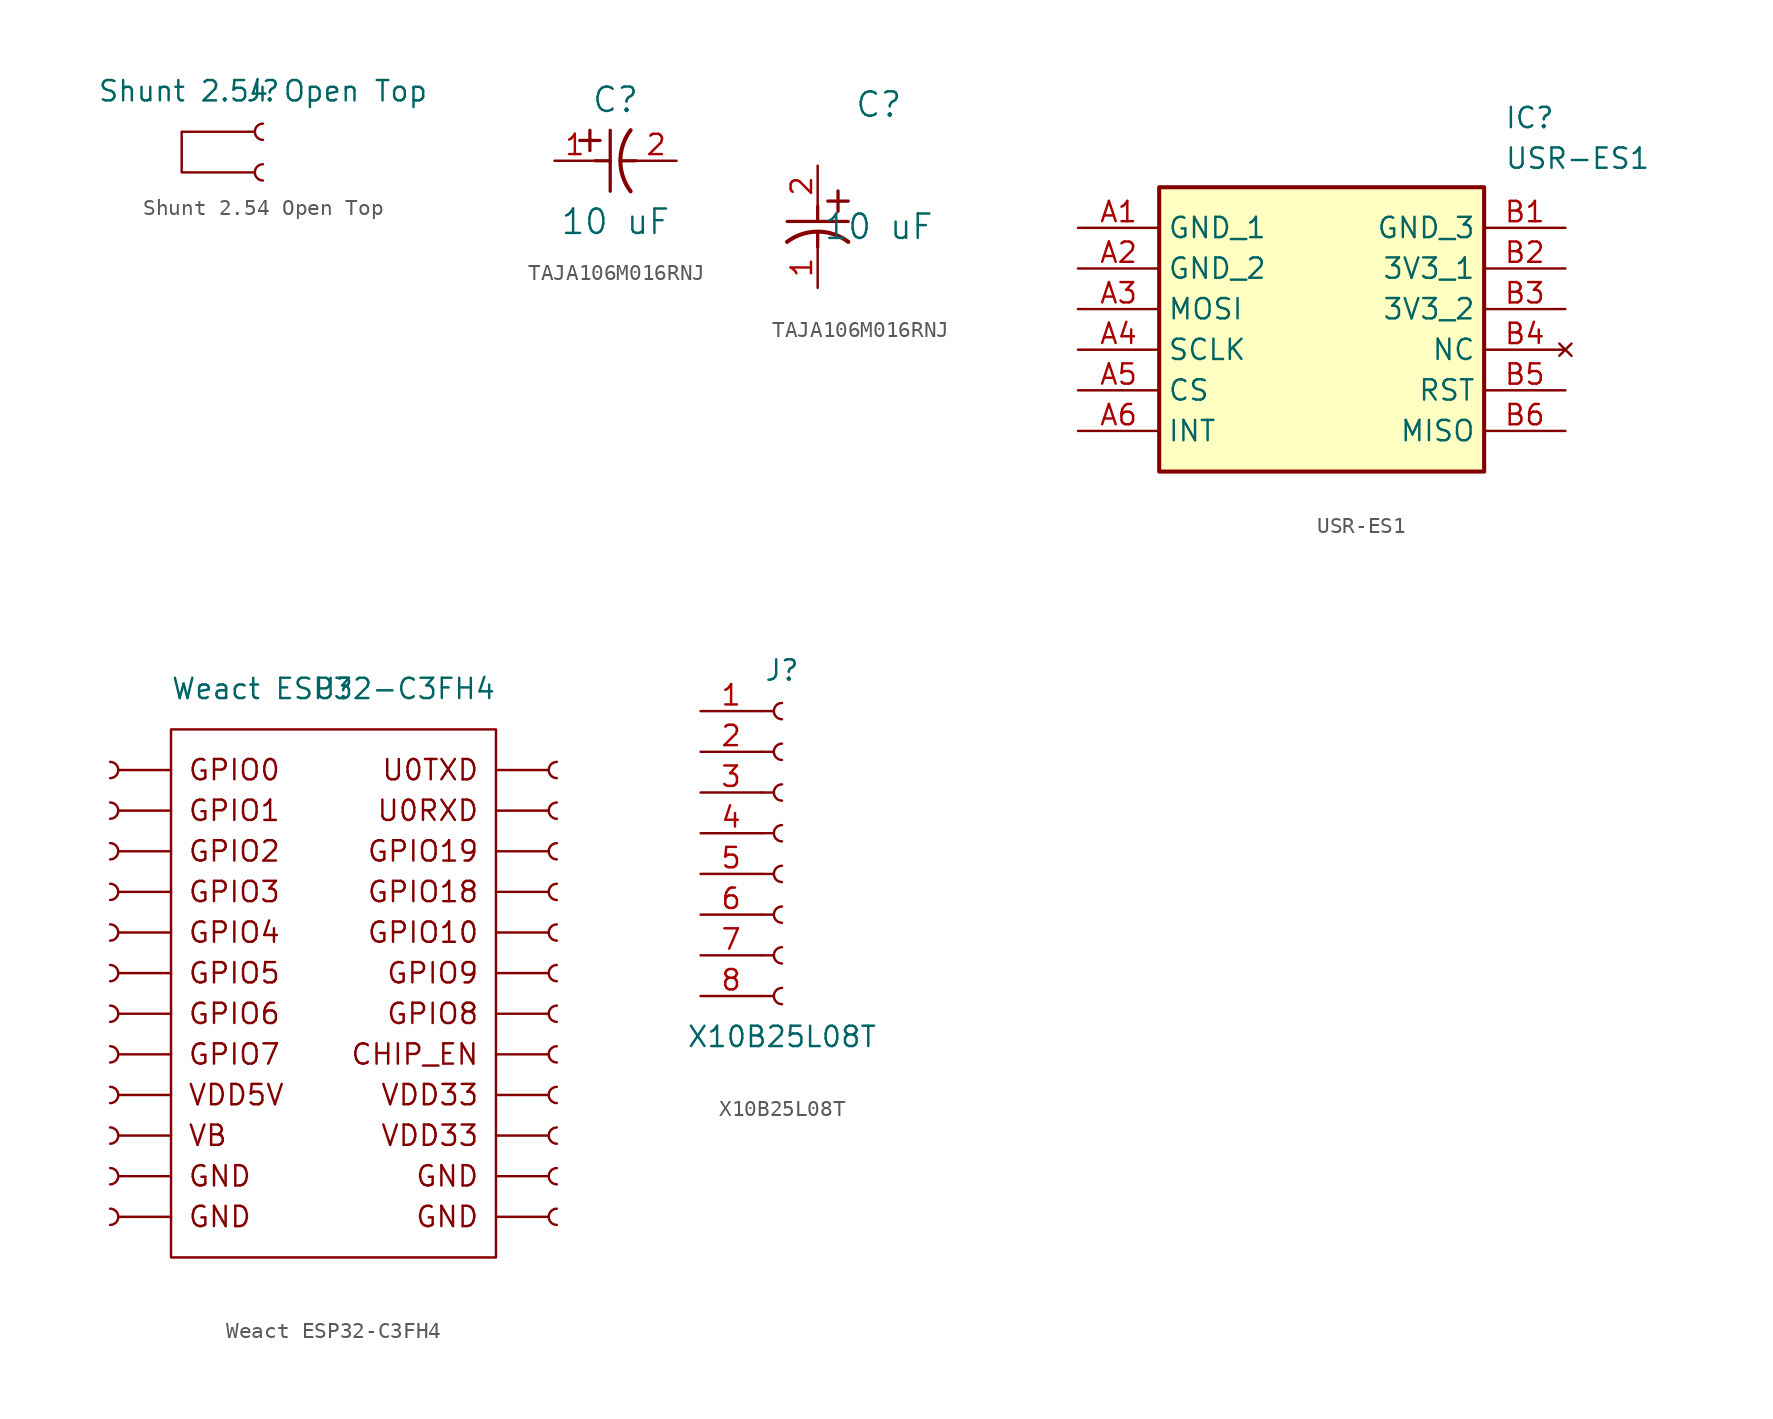
<source format=kicad_sym>
(kicad_symbol_lib
  (version 20231120)
  (generator "kicad_symbol_editor")
  (generator_version "8.0")
  (symbol "Shunt 2.54 Open Top"
    (property "Reference" "J"
      (at 0 0 0)
      (effects (font (size 1.27 1.27))))
    (property "Value" "Shunt 2.54 Open Top"
      (at 0 0 0)
      (effects (font (size 1.27 1.27))))
    (symbol "Shunt 2.54 Open Top_0_1"
      (polyline (pts (xy -0.508 -2.54) (xy -5.08 -2.54) (xy -5.08 -5.08) (xy -0.508 -5.08)) (stroke (width 0) (type default)) (fill (type none))))
    (symbol "Shunt 2.54 Open Top_1_1"
      (arc (start -0.0022 -4.572) (mid -0.508 -5.08) (end -0.0022 -5.588) (stroke (width 0.1524) (type default)) (fill (type none)))
      (arc (start 0 -2.032) (mid -0.5058 -2.54) (end 0 -3.048) (stroke (width 0.1524) (type default)) (fill (type none)))))
  (symbol "TAJA106M016RNJ"
    (pin_names
      (offset 0.254))
    (property "Reference" "C"
      (at 3.81 3.81 0)
      (effects (font (size 1.524 1.524))))
    (property "Value" "10 uF"
      (at 3.81 -3.81 0)
      (effects (font (size 1.524 1.524))))
    (symbol "TAJA106M016RNJ_1_1"
      (polyline (pts (xy 1.575 1.27) (xy 2.845 1.27)) (stroke (width 0.203) (type default)) (fill (type none)))
      (polyline (pts (xy 2.21 0.635) (xy 2.21 1.905)) (stroke (width 0.203) (type default)) (fill (type none)))
      (polyline (pts (xy 2.54 0) (xy 3.48 0)) (stroke (width 0.203) (type default)) (fill (type none)))
      (polyline (pts (xy 3.48 -1.905) (xy 3.48 1.905)) (stroke (width 0.203) (type default)) (fill (type none)))
      (polyline (pts (xy 4.115 0) (xy 5.08 0)) (stroke (width 0.203) (type default)) (fill (type none)))
      (arc (start 4.7541 1.9108) (mid 4.1148 0) (end 4.7541 -1.9108) (stroke (width 0.254) (type default)) (fill (type none)))
      (pin unspecified line (at 0 0 0) (length 2.54) (name "" (effects (font (size 1.27 1.27)))) (number "1" (effects (font (size 1.27 1.27)))))
      (pin unspecified line (at 7.62 0 180) (length 2.54) (name "" (effects (font (size 1.27 1.27)))) (number "2" (effects (font (size 1.27 1.27))))))
    (symbol "TAJA106M016RNJ_1_2"
      (polyline (pts (xy -1.905 -3.48) (xy 1.905 -3.48)) (stroke (width 0.203) (type default)) (fill (type none)))
      (polyline (pts (xy 0 -4.115) (xy 0 -5.08)) (stroke (width 0.203) (type default)) (fill (type none)))
      (polyline (pts (xy 0 -2.54) (xy 0 -3.48)) (stroke (width 0.203) (type default)) (fill (type none)))
      (polyline (pts (xy 0.635 -2.21) (xy 1.905 -2.21)) (stroke (width 0.203) (type default)) (fill (type none)))
      (polyline (pts (xy 1.27 -1.575) (xy 1.27 -2.845)) (stroke (width 0.203) (type default)) (fill (type none)))
      (arc (start 1.9108 -4.7541) (mid 0 -4.1148) (end -1.9108 -4.7541) (stroke (width 0.254) (type default)) (fill (type none)))
      (pin unspecified line (at 0 -7.62 90) (length 2.54) (name "" (effects (font (size 1.27 1.27)))) (number "1" (effects (font (size 1.27 1.27)))))
      (pin unspecified line (at 0 0 270) (length 2.54) (name "" (effects (font (size 1.27 1.27)))) (number "2" (effects (font (size 1.27 1.27)))))))
  (symbol "USR-ES1"
    (property "Reference" "IC"
      (at 26.67 7.62 0)
      (effects (font (size 1.27 1.27)) (justify left top)))
    (property "Value" "USR-ES1"
      (at 26.67 5.08 0)
      (effects (font (size 1.27 1.27)) (justify left top)))
    (symbol "USR-ES1_1_1"
      (rectangle (start 5.08 2.54) (end 25.4 -15.24) (stroke (width 0.254) (type default)) (fill (type background)))
      (pin passive line (at 0 0 0) (length 5.08) (name "GND_1" (effects (font (size 1.27 1.27)))) (number "A1" (effects (font (size 1.27 1.27)))))
      (pin passive line (at 0 -2.54 0) (length 5.08) (name "GND_2" (effects (font (size 1.27 1.27)))) (number "A2" (effects (font (size 1.27 1.27)))))
      (pin passive line (at 0 -5.08 0) (length 5.08) (name "MOSI" (effects (font (size 1.27 1.27)))) (number "A3" (effects (font (size 1.27 1.27)))))
      (pin passive line (at 0 -7.62 0) (length 5.08) (name "SCLK" (effects (font (size 1.27 1.27)))) (number "A4" (effects (font (size 1.27 1.27)))))
      (pin passive line (at 0 -10.16 0) (length 5.08) (name "CS" (effects (font (size 1.27 1.27)))) (number "A5" (effects (font (size 1.27 1.27)))))
      (pin passive line (at 0 -12.7 0) (length 5.08) (name "INT" (effects (font (size 1.27 1.27)))) (number "A6" (effects (font (size 1.27 1.27)))))
      (pin passive line (at 30.48 0 180) (length 5.08) (name "GND_3" (effects (font (size 1.27 1.27)))) (number "B1" (effects (font (size 1.27 1.27)))))
      (pin passive line (at 30.48 -2.54 180) (length 5.08) (name "3V3_1" (effects (font (size 1.27 1.27)))) (number "B2" (effects (font (size 1.27 1.27)))))
      (pin passive line (at 30.48 -5.08 180) (length 5.08) (name "3V3_2" (effects (font (size 1.27 1.27)))) (number "B3" (effects (font (size 1.27 1.27)))))
      (pin no_connect line (at 30.48 -7.62 180) (length 5.08) (name "NC" (effects (font (size 1.27 1.27)))) (number "B4" (effects (font (size 1.27 1.27)))))
      (pin passive line (at 30.48 -10.16 180) (length 5.08) (name "RST" (effects (font (size 1.27 1.27)))) (number "B5" (effects (font (size 1.27 1.27)))))
      (pin passive line (at 30.48 -12.7 180) (length 5.08) (name "MISO" (effects (font (size 1.27 1.27)))) (number "B6" (effects (font (size 1.27 1.27)))))))
  (symbol "Weact ESP32-C3FH4"
    (property "Reference" "U"
      (at 0 0 0)
      (effects (font (size 1.27 1.27))))
    (property "Value" "Weact ESP32-C3FH4"
      (at 0 0 0)
      (effects (font (size 1.27 1.27))))
    (symbol "Weact ESP32-C3FH4_0_1"
      (rectangle (start -10.16 -2.54) (end 10.16 -35.56) (stroke (width 0) (type default)) (fill (type none)))
      (polyline (pts (xy -13.462 -33.02) (xy -10.16 -33.02)) (stroke (width 0) (type default)) (fill (type none)))
      (polyline (pts (xy -13.462 -30.48) (xy -10.16 -30.48)) (stroke (width 0) (type default)) (fill (type none)))
      (polyline (pts (xy -13.462 -27.94) (xy -10.16 -27.94)) (stroke (width 0) (type default)) (fill (type none)))
      (polyline (pts (xy -13.462 -25.4) (xy -10.16 -25.4)) (stroke (width 0) (type default)) (fill (type none)))
      (polyline (pts (xy -13.462 -22.86) (xy -10.16 -22.86)) (stroke (width 0) (type default)) (fill (type none)))
      (polyline (pts (xy -13.462 -20.32) (xy -10.16 -20.32)) (stroke (width 0) (type default)) (fill (type none)))
      (polyline (pts (xy -13.462 -17.78) (xy -10.16 -17.78)) (stroke (width 0) (type default)) (fill (type none)))
      (polyline (pts (xy -13.462 -15.24) (xy -10.16 -15.24)) (stroke (width 0) (type default)) (fill (type none)))
      (polyline (pts (xy -13.462 -12.7) (xy -10.16 -12.7)) (stroke (width 0) (type default)) (fill (type none)))
      (polyline (pts (xy -13.462 -10.16) (xy -10.16 -10.16)) (stroke (width 0) (type default)) (fill (type none)))
      (polyline (pts (xy -13.462 -7.62) (xy -10.16 -7.62)) (stroke (width 0) (type default)) (fill (type none)))
      (polyline (pts (xy -13.462 -5.08) (xy -10.16 -5.08)) (stroke (width 0) (type default)) (fill (type none)))
      (polyline (pts (xy 13.462 -33.02) (xy 10.16 -33.02)) (stroke (width 0) (type default)) (fill (type none)))
      (polyline (pts (xy 13.462 -30.48) (xy 10.16 -30.48)) (stroke (width 0) (type default)) (fill (type none)))
      (polyline (pts (xy 13.462 -27.94) (xy 10.16 -27.94)) (stroke (width 0) (type default)) (fill (type none)))
      (polyline (pts (xy 13.462 -25.4) (xy 10.16 -25.4)) (stroke (width 0) (type default)) (fill (type none)))
      (polyline (pts (xy 13.462 -22.86) (xy 10.16 -22.86)) (stroke (width 0) (type default)) (fill (type none)))
      (polyline (pts (xy 13.462 -20.32) (xy 10.16 -20.32)) (stroke (width 0) (type default)) (fill (type none)))
      (polyline (pts (xy 13.462 -17.78) (xy 10.16 -17.78)) (stroke (width 0) (type default)) (fill (type none)))
      (polyline (pts (xy 13.462 -15.24) (xy 10.16 -15.24)) (stroke (width 0) (type default)) (fill (type none)))
      (polyline (pts (xy 13.462 -12.7) (xy 10.16 -12.7)) (stroke (width 0) (type default)) (fill (type none)))
      (polyline (pts (xy 13.462 -10.16) (xy 10.16 -10.16)) (stroke (width 0) (type default)) (fill (type none)))
      (polyline (pts (xy 13.462 -7.62) (xy 10.16 -7.62)) (stroke (width 0) (type default)) (fill (type none)))
      (polyline (pts (xy 13.462 -5.08) (xy 10.16 -5.08)) (stroke (width 0) (type default)) (fill (type none))))
    (symbol "Weact ESP32-C3FH4_1_1"
      (arc (start -13.9678 -33.528) (mid -13.462 -33.02) (end -13.9678 -32.512) (stroke (width 0.1524) (type default)) (fill (type none)))
      (arc (start -13.9678 -30.988) (mid -13.462 -30.48) (end -13.9678 -29.972) (stroke (width 0.1524) (type default)) (fill (type none)))
      (arc (start -13.9678 -28.448) (mid -13.462 -27.94) (end -13.9678 -27.432) (stroke (width 0.1524) (type default)) (fill (type none)))
      (arc (start -13.9678 -25.908) (mid -13.462 -25.4) (end -13.9678 -24.892) (stroke (width 0.1524) (type default)) (fill (type none)))
      (arc (start -13.9678 -23.368) (mid -13.462 -22.86) (end -13.9678 -22.352) (stroke (width 0.1524) (type default)) (fill (type none)))
      (arc (start -13.9678 -20.828) (mid -13.462 -20.32) (end -13.9678 -19.812) (stroke (width 0.1524) (type default)) (fill (type none)))
      (arc (start -13.9678 -18.288) (mid -13.462 -17.78) (end -13.9678 -17.272) (stroke (width 0.1524) (type default)) (fill (type none)))
      (arc (start -13.9678 -15.748) (mid -13.462 -15.24) (end -13.9678 -14.732) (stroke (width 0.1524) (type default)) (fill (type none)))
      (arc (start -13.9678 -13.208) (mid -13.462 -12.7) (end -13.9678 -12.192) (stroke (width 0.1524) (type default)) (fill (type none)))
      (arc (start -13.9678 -10.668) (mid -13.462 -10.16) (end -13.9678 -9.652) (stroke (width 0.1524) (type default)) (fill (type none)))
      (arc (start -13.9678 -8.128) (mid -13.462 -7.62) (end -13.9678 -7.112) (stroke (width 0.1524) (type default)) (fill (type none)))
      (arc (start -13.9678 -5.588) (mid -13.462 -5.08) (end -13.9678 -4.572) (stroke (width 0.1524) (type default)) (fill (type none)))
      (arc (start 13.9678 -32.512) (mid 13.46 -33.02) (end 13.9678 -33.528) (stroke (width 0.1524) (type default)) (fill (type none)))
      (arc (start 13.9678 -29.972) (mid 13.46 -30.48) (end 13.9678 -30.988) (stroke (width 0.1524) (type default)) (fill (type none)))
      (arc (start 13.9678 -27.432) (mid 13.462 -27.94) (end 13.9678 -28.448) (stroke (width 0.1524) (type default)) (fill (type none)))
      (arc (start 13.9678 -24.892) (mid 13.462 -25.4) (end 13.9678 -25.908) (stroke (width 0.1524) (type default)) (fill (type none)))
      (arc (start 13.9678 -22.352) (mid 13.462 -22.86) (end 13.9678 -23.368) (stroke (width 0.1524) (type default)) (fill (type none)))
      (arc (start 13.9678 -19.812) (mid 13.462 -20.32) (end 13.9678 -20.828) (stroke (width 0.1524) (type default)) (fill (type none)))
      (arc (start 13.9678 -17.272) (mid 13.462 -17.78) (end 13.9678 -18.288) (stroke (width 0.1524) (type default)) (fill (type none)))
      (arc (start 13.9678 -14.732) (mid 13.462 -15.24) (end 13.9678 -15.748) (stroke (width 0.1524) (type default)) (fill (type none)))
      (arc (start 13.9678 -12.192) (mid 13.462 -12.7) (end 13.9678 -13.208) (stroke (width 0.1524) (type default)) (fill (type none)))
      (arc (start 13.9678 -9.652) (mid 13.462 -10.16) (end 13.9678 -10.668) (stroke (width 0.1524) (type default)) (fill (type none)))
      (arc (start 13.9678 -7.112) (mid 13.462 -7.62) (end 13.9678 -8.128) (stroke (width 0.1524) (type default)) (fill (type none)))
      (arc (start 13.9678 -4.572) (mid 13.462 -5.08) (end 13.9678 -5.588) (stroke (width 0.1524) (type default)) (fill (type none)))
      (text "CHIP_EN" (at 9.144 -22.86 0) (effects (font (size 1.27 1.27)) (justify right)))
      (text "GND" (at -9.144 -33.02 0) (effects (font (size 1.27 1.27)) (justify left)))
      (text "GND" (at -9.144 -30.48 0) (effects (font (size 1.27 1.27)) (justify left)))
      (text "GND" (at 9.144 -33.02 0) (effects (font (size 1.27 1.27)) (justify right)))
      (text "GND" (at 9.144 -30.48 0) (effects (font (size 1.27 1.27)) (justify right)))
      (text "GPIO0" (at -9.144 -5.08 0) (effects (font (size 1.27 1.27)) (justify left)))
      (text "GPIO1" (at -9.144 -7.62 0) (effects (font (size 1.27 1.27)) (justify left)))
      (text "GPIO10" (at 9.144 -15.24 0) (effects (font (size 1.27 1.27)) (justify right)))
      (text "GPIO18" (at 9.144 -12.7 0) (effects (font (size 1.27 1.27)) (justify right)))
      (text "GPIO19" (at 9.144 -10.16 0) (effects (font (size 1.27 1.27)) (justify right)))
      (text "GPIO2" (at -9.144 -10.16 0) (effects (font (size 1.27 1.27)) (justify left)))
      (text "GPIO3" (at -9.144 -12.7 0) (effects (font (size 1.27 1.27)) (justify left)))
      (text "GPIO4" (at -9.144 -15.24 0) (effects (font (size 1.27 1.27)) (justify left)))
      (text "GPIO5" (at -9.144 -17.78 0) (effects (font (size 1.27 1.27)) (justify left)))
      (text "GPIO6" (at -9.144 -20.32 0) (effects (font (size 1.27 1.27)) (justify left)))
      (text "GPIO7" (at -9.144 -22.86 0) (effects (font (size 1.27 1.27)) (justify left)))
      (text "GPIO8" (at 9.144 -20.32 0) (effects (font (size 1.27 1.27)) (justify right)))
      (text "GPIO9" (at 9.144 -17.78 0) (effects (font (size 1.27 1.27)) (justify right)))
      (text "U0RXD" (at 9.144 -7.62 0) (effects (font (size 1.27 1.27)) (justify right)))
      (text "U0TXD" (at 9.144 -5.08 0) (effects (font (size 1.27 1.27)) (justify right)))
      (text "VB" (at -9.144 -27.94 0) (effects (font (size 1.27 1.27)) (justify left)))
      (text "VDD33" (at 9.144 -27.94 0) (effects (font (size 1.27 1.27)) (justify right)))
      (text "VDD33" (at 9.144 -25.4 0) (effects (font (size 1.27 1.27)) (justify right)))
      (text "VDD5V" (at -9.144 -25.4 0) (effects (font (size 1.27 1.27)) (justify left)))))
  (symbol "X10B25L08T"
    (pin_names
      (offset 1.016) hide)
    (property "Reference" "J"
      (at 0 10.16 0)
      (effects (font (size 1.27 1.27))))
    (property "Value" "X10B25L08T"
      (at 0 -12.7 0)
      (effects (font (size 1.27 1.27))))
    (symbol "X10B25L08T_1_1"
      (arc (start 0 -9.652) (mid -0.5058 -10.16) (end 0 -10.668) (stroke (width 0.1524) (type default)) (fill (type none)))
      (arc (start 0 -7.112) (mid -0.5058 -7.62) (end 0 -8.128) (stroke (width 0.1524) (type default)) (fill (type none)))
      (arc (start 0 -4.572) (mid -0.5058 -5.08) (end 0 -5.588) (stroke (width 0.1524) (type default)) (fill (type none)))
      (arc (start 0 -2.032) (mid -0.5058 -2.54) (end 0 -3.048) (stroke (width 0.1524) (type default)) (fill (type none)))
      (polyline (pts (xy -1.27 -10.16) (xy -0.508 -10.16)) (stroke (width 0.152) (type default)) (fill (type none)))
      (polyline (pts (xy -1.27 -7.62) (xy -0.508 -7.62)) (stroke (width 0.152) (type default)) (fill (type none)))
      (polyline (pts (xy -1.27 -5.08) (xy -0.508 -5.08)) (stroke (width 0.152) (type default)) (fill (type none)))
      (polyline (pts (xy -1.27 -2.54) (xy -0.508 -2.54)) (stroke (width 0.152) (type default)) (fill (type none)))
      (polyline (pts (xy -1.27 0) (xy -0.508 0)) (stroke (width 0.152) (type default)) (fill (type none)))
      (polyline (pts (xy -1.27 2.54) (xy -0.508 2.54)) (stroke (width 0.152) (type default)) (fill (type none)))
      (polyline (pts (xy -1.27 5.08) (xy -0.508 5.08)) (stroke (width 0.152) (type default)) (fill (type none)))
      (polyline (pts (xy -1.27 7.62) (xy -0.508 7.62)) (stroke (width 0.152) (type default)) (fill (type none)))
      (arc (start 0 0.508) (mid -0.5058 0) (end 0 -0.508) (stroke (width 0.1524) (type default)) (fill (type none)))
      (arc (start 0 3.048) (mid -0.5058 2.54) (end 0 2.032) (stroke (width 0.1524) (type default)) (fill (type none)))
      (arc (start 0 5.588) (mid -0.5058 5.08) (end 0 4.572) (stroke (width 0.1524) (type default)) (fill (type none)))
      (arc (start 0 8.128) (mid -0.5058 7.62) (end 0 7.112) (stroke (width 0.1524) (type default)) (fill (type none)))
      (pin passive line (at -5.08 7.62 0) (length 3.81) (name "Pin_1" (effects (font (size 1.27 1.27)))) (number "1" (effects (font (size 1.27 1.27)))))
      (pin passive line (at -5.08 5.08 0) (length 3.81) (name "Pin_2" (effects (font (size 1.27 1.27)))) (number "2" (effects (font (size 1.27 1.27)))))
      (pin passive line (at -5.08 2.54 0) (length 3.81) (name "Pin_3" (effects (font (size 1.27 1.27)))) (number "3" (effects (font (size 1.27 1.27)))))
      (pin passive line (at -5.08 0 0) (length 3.81) (name "Pin_4" (effects (font (size 1.27 1.27)))) (number "4" (effects (font (size 1.27 1.27)))))
      (pin passive line (at -5.08 -2.54 0) (length 3.81) (name "Pin_5" (effects (font (size 1.27 1.27)))) (number "5" (effects (font (size 1.27 1.27)))))
      (pin passive line (at -5.08 -5.08 0) (length 3.81) (name "Pin_6" (effects (font (size 1.27 1.27)))) (number "6" (effects (font (size 1.27 1.27)))))
      (pin passive line (at -5.08 -7.62 0) (length 3.81) (name "Pin_7" (effects (font (size 1.27 1.27)))) (number "7" (effects (font (size 1.27 1.27)))))
      (pin passive line (at -5.08 -10.16 0) (length 3.81) (name "Pin_8" (effects (font (size 1.27 1.27)))) (number "8" (effects (font (size 1.27 1.27))))))))
</source>
